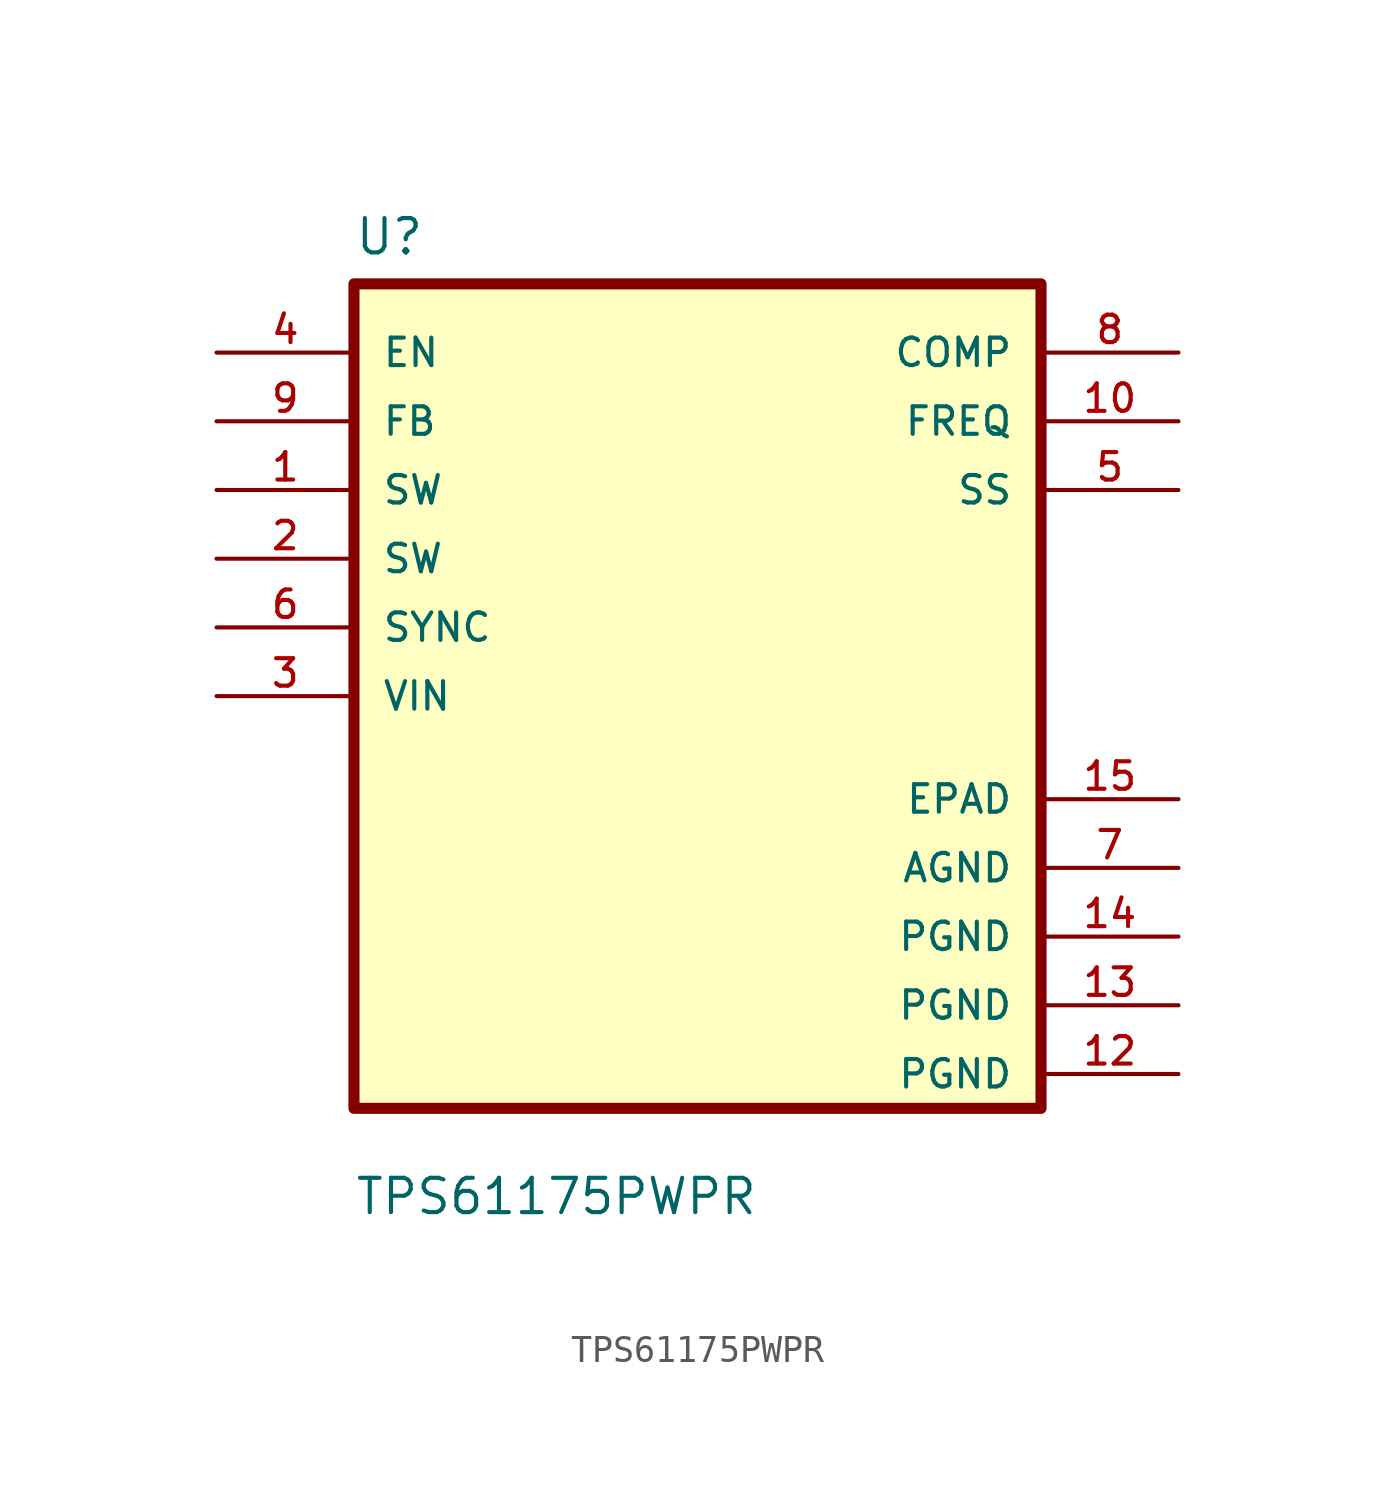
<source format=kicad_sym>
(kicad_symbol_lib
  (version 20241209)
  (generator "kicad_symbol_editor")
  (generator_version "9.0")
  (symbol "TPS61175PWPR"
    (pin_names
      (offset 1.016))
    (property "Reference" "U"
      (at -12.7 16.24 0)
      (effects (font (size 1.27 1.27)) (justify left bottom)))
    (property "Value" "TPS61175PWPR"
      (at -12.7 -19.24 0)
      (effects (font (size 1.27 1.27)) (justify left bottom)))
    (symbol "TPS61175PWPR_0_0"
      (rectangle (start -12.7 -15.24) (end 12.7 15.24) (stroke (width 0.41) (type default)) (fill (type background)))
      (pin input line (at -17.78 12.7 0) (length 5.08) (name "EN" (effects (font (size 1.016 1.016)))) (number "4" (effects (font (size 1.016 1.016)))))
      (pin input line (at -17.78 10.16 0) (length 5.08) (name "FB" (effects (font (size 1.016 1.016)))) (number "9" (effects (font (size 1.016 1.016)))))
      (pin input line (at -17.78 7.62 0) (length 5.08) (name "SW" (effects (font (size 1.016 1.016)))) (number "1" (effects (font (size 1.016 1.016)))))
      (pin input line (at -17.78 5.08 0) (length 5.08) (name "SW" (effects (font (size 1.016 1.016)))) (number "2" (effects (font (size 1.016 1.016)))))
      (pin input line (at -17.78 2.54 0) (length 5.08) (name "SYNC" (effects (font (size 1.016 1.016)))) (number "6" (effects (font (size 1.016 1.016)))))
      (pin input line (at -17.78 0 0) (length 5.08) (name "VIN" (effects (font (size 1.016 1.016)))) (number "3" (effects (font (size 1.016 1.016)))))
      (pin output line (at 17.78 12.7 180) (length 5.08) (name "COMP" (effects (font (size 1.016 1.016)))) (number "8" (effects (font (size 1.016 1.016)))))
      (pin output line (at 17.78 10.16 180) (length 5.08) (name "FREQ" (effects (font (size 1.016 1.016)))) (number "10" (effects (font (size 1.016 1.016)))))
      (pin output line (at 17.78 7.62 180) (length 5.08) (name "SS" (effects (font (size 1.016 1.016)))) (number "5" (effects (font (size 1.016 1.016)))))
      (pin power_in line (at 17.78 -3.81 180) (length 5.08) (name "EPAD" (effects (font (size 1.016 1.016)))) (number "15" (effects (font (size 1.016 1.016)))))
      (pin power_in line (at 17.78 -6.35 180) (length 5.08) (name "AGND" (effects (font (size 1.016 1.016)))) (number "7" (effects (font (size 1.016 1.016)))))
      (pin power_in line (at 17.78 -8.89 180) (length 5.08) (name "PGND" (effects (font (size 1.016 1.016)))) (number "14" (effects (font (size 1.016 1.016)))))
      (pin power_in line (at 17.78 -11.43 180) (length 5.08) (name "PGND" (effects (font (size 1.016 1.016)))) (number "13" (effects (font (size 1.016 1.016)))))
      (pin power_in line (at 17.78 -13.97 180) (length 5.08) (name "PGND" (effects (font (size 1.016 1.016)))) (number "12" (effects (font (size 1.016 1.016))))))))
</source>
